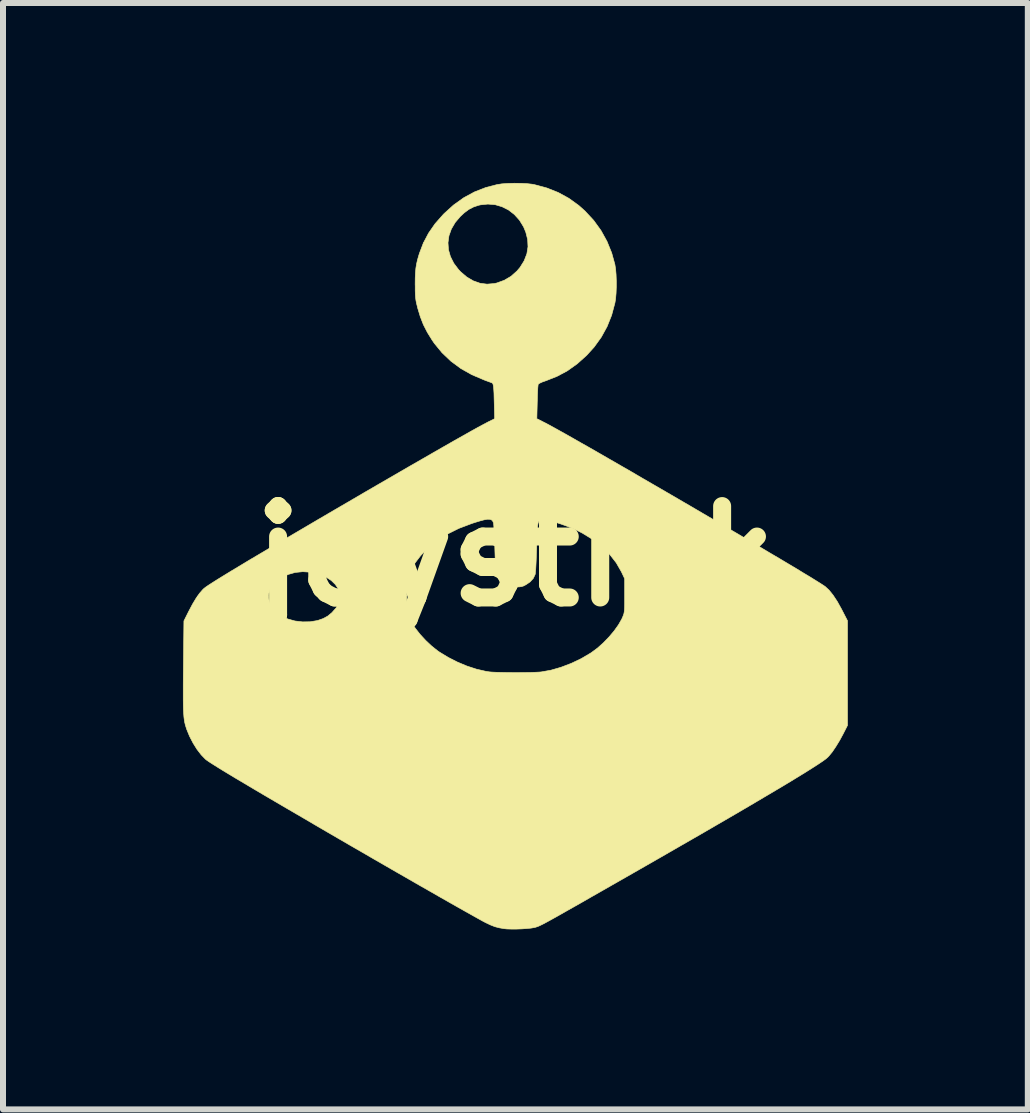
<source format=kicad_pcb>
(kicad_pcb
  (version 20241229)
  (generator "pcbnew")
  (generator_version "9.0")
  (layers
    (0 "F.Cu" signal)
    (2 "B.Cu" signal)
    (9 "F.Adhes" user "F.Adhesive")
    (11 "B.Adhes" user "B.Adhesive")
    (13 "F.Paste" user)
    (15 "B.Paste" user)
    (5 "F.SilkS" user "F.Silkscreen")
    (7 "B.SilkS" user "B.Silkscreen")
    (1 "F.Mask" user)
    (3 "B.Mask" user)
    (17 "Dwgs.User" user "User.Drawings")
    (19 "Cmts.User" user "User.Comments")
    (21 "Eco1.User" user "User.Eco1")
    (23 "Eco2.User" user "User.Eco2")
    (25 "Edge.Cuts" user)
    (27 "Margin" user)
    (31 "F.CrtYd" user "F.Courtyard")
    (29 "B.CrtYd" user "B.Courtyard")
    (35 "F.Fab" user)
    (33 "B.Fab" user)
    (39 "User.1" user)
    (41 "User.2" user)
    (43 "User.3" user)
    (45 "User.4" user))
  (footprint "joystick"
    (layer "F.Cu")
    (at 5.541 6.221)
    (property "Reference" "joystick" (at 0 0 0) (layer "F.SilkS") (effects (font (size 1.524 1.524) (thickness 0.3))))
    (attr through_hole)
    (fp_poly (pts (xy 0.09 -6.215) (xy 0.192 -6.21) (xy 0.281 -6.2) (xy 0.318 -6.193) (xy 0.523 -6.138) (xy 0.715 -6.062) (xy 0.892 -5.965) (xy 1.057 -5.846) (xy 1.16 -5.754) (xy 1.305 -5.598) (xy 1.428 -5.428) (xy 1.528 -5.247) (xy 1.606 -5.055) (xy 1.659 -4.864) (xy 1.671 -4.788) (xy 1.679 -4.695) (xy 1.683 -4.591) (xy 1.683 -4.484) (xy 1.679 -4.381) (xy 1.671 -4.289) (xy 1.66 -4.221) (xy 1.605 -4.016) (xy 1.529 -3.826) (xy 1.432 -3.65) (xy 1.314 -3.486) (xy 1.188 -3.347) (xy 1.032 -3.207) (xy 0.868 -3.09) (xy 0.694 -2.997) (xy 0.515 -2.926) (xy 0.447 -2.902) (xy 0.404 -2.882) (xy 0.382 -2.866) (xy 0.38 -2.862) (xy 0.378 -2.843) (xy 0.374 -2.802) (xy 0.371 -2.744) (xy 0.368 -2.673) (xy 0.366 -2.594) (xy 0.365 -2.565) (xy 0.358 -2.291) (xy 0.5 -2.22) (xy 0.553 -2.192) (xy 0.626 -2.152) (xy 0.716 -2.102) (xy 0.824 -2.042) (xy 0.946 -1.973) (xy 1.082 -1.895) (xy 1.231 -1.811) (xy 1.391 -1.719) (xy 1.561 -1.621) (xy 1.74 -1.518) (xy 1.926 -1.411) (xy 2.117 -1.299) (xy 2.314 -1.185) (xy 2.514 -1.069) (xy 2.715 -0.952) (xy 2.918 -0.834) (xy 3.119 -0.716) (xy 3.319 -0.599) (xy 3.515 -0.483) (xy 3.707 -0.371) (xy 3.892 -0.261) (xy 4.071 -0.156) (xy 4.24 -0.055) (xy 4.4 0.039) (xy 4.549 0.128) (xy 4.685 0.209) (xy 4.806 0.283) (xy 4.913 0.347) (xy 5.003 0.403) (xy 5.075 0.448) (xy 5.128 0.482) (xy 5.161 0.504) (xy 5.163 0.505) (xy 5.229 0.566) (xy 5.296 0.649) (xy 5.366 0.755) (xy 5.439 0.886) (xy 5.448 0.904) (xy 5.537 1.077) (xy 5.537 1.949) (xy 5.537 2.821) (xy 5.468 2.957) (xy 5.406 3.072) (xy 5.343 3.175) (xy 5.283 3.264) (xy 5.226 3.333) (xy 5.207 3.353) (xy 5.176 3.38) (xy 5.122 3.419) (xy 5.046 3.47) (xy 4.948 3.533) (xy 4.829 3.608) (xy 4.687 3.695) (xy 4.524 3.794) (xy 4.338 3.905) (xy 4.13 4.028) (xy 3.9 4.164) (xy 3.649 4.311) (xy 3.375 4.47) (xy 3.079 4.642) (xy 2.76 4.825) (xy 2.42 5.021) (xy 2.057 5.229) (xy 1.672 5.449) (xy 1.441 5.581) (xy 1.267 5.68) (xy 1.114 5.768) (xy 0.98 5.844) (xy 0.863 5.91) (xy 0.763 5.967) (xy 0.678 6.015) (xy 0.606 6.055) (xy 0.546 6.088) (xy 0.496 6.115) (xy 0.456 6.136) (xy 0.423 6.152) (xy 0.396 6.165) (xy 0.374 6.174) (xy 0.356 6.18) (xy 0.339 6.186) (xy 0.322 6.19) (xy 0.318 6.191) (xy 0.262 6.201) (xy 0.189 6.208) (xy 0.105 6.214) (xy 0.017 6.217) (xy -0.068 6.217) (xy -0.141 6.215) (xy -0.188 6.21) (xy -0.268 6.196) (xy -0.341 6.177) (xy -0.415 6.148) (xy -0.497 6.109) (xy -0.55 6.081) (xy -0.62 6.042) (xy -0.711 5.991) (xy -0.82 5.93) (xy -0.946 5.859) (xy -1.087 5.779) (xy -1.242 5.691) (xy -1.407 5.596) (xy -1.583 5.496) (xy -1.767 5.39) (xy -1.957 5.281) (xy -2.151 5.169) (xy -2.349 5.055) (xy -2.547 4.94) (xy -2.745 4.826) (xy -2.941 4.712) (xy -3.132 4.601) (xy -3.302 4.502) (xy -3.554 4.354) (xy -3.786 4.219) (xy -3.996 4.096) (xy -4.187 3.984) (xy -4.358 3.883) (xy -4.511 3.792) (xy -4.646 3.712) (xy -4.764 3.641) (xy -4.865 3.58) (xy -4.951 3.527) (xy -5.021 3.483) (xy -5.078 3.447) (xy -5.12 3.419) (xy -5.15 3.398) (xy -5.165 3.386) (xy -5.236 3.313) (xy -5.307 3.221) (xy -5.373 3.115) (xy -5.431 3.003) (xy -5.477 2.891) (xy -5.48 2.883) (xy -5.492 2.845) (xy -5.503 2.808) (xy -5.512 2.77) (xy -5.519 2.728) (xy -5.525 2.68) (xy -5.529 2.625) (xy -5.533 2.559) (xy -5.535 2.48) (xy -5.536 2.388) (xy -5.536 2.278) (xy -5.536 2.15) (xy -5.535 2.001) (xy -5.533 1.828) (xy -5.533 1.826) (xy -5.525 1.08) (xy -5.447 0.924) (xy -5.382 0.801) (xy -5.322 0.701) (xy -5.306 0.678) (xy -4.115 0.678) (xy -4.102 0.762) (xy -4.067 0.841) (xy -4.009 0.914) (xy -3.93 0.977) (xy -3.833 1.031) (xy -3.789 1.049) (xy -3.674 1.081) (xy -3.547 1.096) (xy -3.42 1.094) (xy -3.3 1.074) (xy -3.29 1.071) (xy -3.202 1.04) (xy -3.127 0.999) (xy -3.058 0.942) (xy -2.99 0.865) (xy -2.946 0.785) (xy -2.926 0.703) (xy -2.929 0.623) (xy -2.953 0.545) (xy -3 0.473) (xy -3.067 0.407) (xy -3.116 0.375) (xy -1.81 0.375) (xy -1.81 0.654) (xy -1.81 0.746) (xy -1.809 0.817) (xy -1.807 0.871) (xy -1.805 0.911) (xy -1.8 0.942) (xy -1.794 0.967) (xy -1.786 0.992) (xy -1.78 1.008) (xy -1.733 1.102) (xy -1.667 1.203) (xy -1.587 1.305) (xy -1.495 1.405) (xy -1.397 1.497) (xy -1.296 1.578) (xy -1.267 1.598) (xy -1.123 1.686) (xy -0.968 1.765) (xy -0.808 1.832) (xy -0.649 1.884) (xy -0.497 1.919) (xy -0.436 1.929) (xy -0.39 1.933) (xy -0.323 1.936) (xy -0.24 1.938) (xy -0.145 1.94) (xy -0.044 1.941) (xy 0.059 1.941) (xy 0.159 1.94) (xy 0.252 1.939) (xy 0.333 1.936) (xy 0.397 1.933) (xy 0.432 1.93) (xy 0.594 1.901) (xy 0.763 1.852) (xy 0.933 1.787) (xy 1.099 1.708) (xy 1.255 1.616) (xy 1.27 1.606) (xy 1.37 1.532) (xy 1.468 1.444) (xy 1.562 1.347) (xy 1.647 1.246) (xy 1.719 1.145) (xy 1.774 1.049) (xy 1.792 1.008) (xy 1.802 0.982) (xy 1.81 0.957) (xy 1.815 0.93) (xy 1.819 0.896) (xy 1.821 0.851) (xy 1.822 0.791) (xy 1.822 0.712) (xy 1.822 0.654) (xy 1.822 0.375) (xy 1.768 0.261) (xy 1.682 0.111) (xy 1.572 -0.03) (xy 1.441 -0.16) (xy 1.288 -0.279) (xy 1.115 -0.385) (xy 1.111 -0.387) (xy 1.034 -0.426) (xy 0.948 -0.464) (xy 0.855 -0.501) (xy 0.761 -0.535) (xy 0.671 -0.564) (xy 0.589 -0.587) (xy 0.519 -0.602) (xy 0.466 -0.607) (xy 0.454 -0.607) (xy 0.431 -0.605) (xy 0.413 -0.6) (xy 0.398 -0.589) (xy 0.387 -0.572) (xy 0.378 -0.544) (xy 0.371 -0.503) (xy 0.366 -0.448) (xy 0.362 -0.375) (xy 0.359 -0.282) (xy 0.355 -0.166) (xy 0.355 -0.138) (xy 0.351 -0.038) (xy 0.348 0.056) (xy 0.344 0.14) (xy 0.34 0.211) (xy 0.335 0.265) (xy 0.332 0.298) (xy 0.33 0.305) (xy 0.299 0.371) (xy 0.245 0.43) (xy 0.175 0.477) (xy 0.137 0.497) (xy 0.102 0.508) (xy 0.062 0.513) (xy 0.006 0.514) (xy -0.049 0.513) (xy -0.09 0.508) (xy -0.124 0.496) (xy -0.163 0.477) (xy -0.238 0.425) (xy -0.29 0.366) (xy -0.317 0.305) (xy -0.321 0.28) (xy -0.325 0.233) (xy -0.33 0.168) (xy -0.334 0.088) (xy -0.338 -0.003) (xy -0.341 -0.101) (xy -0.342 -0.136) (xy -0.345 -0.235) (xy -0.349 -0.327) (xy -0.353 -0.408) (xy -0.357 -0.476) (xy -0.361 -0.526) (xy -0.365 -0.556) (xy -0.367 -0.561) (xy -0.38 -0.588) (xy -0.399 -0.605) (xy -0.427 -0.614) (xy -0.465 -0.615) (xy -0.517 -0.606) (xy -0.586 -0.588) (xy -0.675 -0.561) (xy -0.727 -0.544) (xy -0.941 -0.463) (xy -1.134 -0.367) (xy -1.308 -0.255) (xy -1.463 -0.128) (xy -1.471 -0.12) (xy -1.581 -0.006) (xy -1.67 0.111) (xy -1.744 0.239) (xy -1.755 0.261) (xy -1.81 0.375) (xy -3.116 0.375) (xy -3.154 0.35) (xy -3.26 0.305) (xy -3.278 0.299) (xy -3.412 0.268) (xy -3.543 0.259) (xy -3.671 0.272) (xy -3.79 0.306) (xy -3.9 0.36) (xy -3.994 0.433) (xy -4.054 0.498) (xy -4.092 0.561) (xy -4.111 0.627) (xy -4.115 0.678) (xy -5.306 0.678) (xy -5.265 0.62) (xy -5.21 0.557) (xy -5.191 0.539) (xy -5.164 0.518) (xy -5.119 0.487) (xy -5.054 0.445) (xy -4.969 0.391) (xy -4.865 0.327) (xy -4.741 0.251) (xy -4.596 0.164) (xy -4.432 0.065) (xy -4.246 -0.045) (xy -4.04 -0.167) (xy -3.813 -0.301) (xy -3.564 -0.447) (xy -3.294 -0.606) (xy -3.002 -0.777) (xy -2.794 -0.898) (xy -2.519 -1.059) (xy -2.257 -1.211) (xy -2.01 -1.354) (xy -1.779 -1.488) (xy -1.563 -1.612) (xy -1.364 -1.727) (xy -1.182 -1.831) (xy -1.018 -1.925) (xy -0.872 -2.007) (xy -0.745 -2.079) (xy -0.637 -2.139) (xy -0.55 -2.186) (xy -0.484 -2.221) (xy -0.454 -2.237) (xy -0.345 -2.291) (xy -0.351 -2.533) (xy -0.354 -2.637) (xy -0.356 -2.718) (xy -0.36 -2.779) (xy -0.364 -2.824) (xy -0.369 -2.854) (xy -0.375 -2.874) (xy -0.384 -2.885) (xy -0.391 -2.889) (xy -0.412 -2.897) (xy -0.45 -2.911) (xy -0.5 -2.929) (xy -0.527 -2.94) (xy -0.726 -3.025) (xy -0.909 -3.128) (xy -1.074 -3.25) (xy -1.222 -3.391) (xy -1.351 -3.548) (xy -1.386 -3.599) (xy -1.467 -3.73) (xy -1.533 -3.859) (xy -1.585 -3.993) (xy -1.63 -4.142) (xy -1.635 -4.165) (xy -1.648 -4.217) (xy -1.657 -4.263) (xy -1.663 -4.309) (xy -1.667 -4.361) (xy -1.669 -4.424) (xy -1.669 -4.505) (xy -1.67 -4.528) (xy -1.669 -4.636) (xy -1.665 -4.725) (xy -1.658 -4.802) (xy -1.646 -4.874) (xy -1.629 -4.947) (xy -1.605 -5.029) (xy -1.599 -5.048) (xy -1.533 -5.221) (xy -1.531 -5.224) (xy -1.123 -5.224) (xy -1.115 -5.108) (xy -1.082 -4.993) (xy -1.026 -4.882) (xy -0.946 -4.776) (xy -0.913 -4.741) (xy -0.81 -4.653) (xy -0.701 -4.589) (xy -0.588 -4.549) (xy -0.472 -4.534) (xy -0.353 -4.544) (xy -0.311 -4.553) (xy -0.184 -4.599) (xy -0.072 -4.665) (xy 0.026 -4.752) (xy 0.078 -4.813) (xy 0.147 -4.924) (xy 0.192 -5.04) (xy 0.211 -5.158) (xy 0.205 -5.279) (xy 0.174 -5.401) (xy 0.137 -5.49) (xy 0.068 -5.602) (xy -0.017 -5.696) (xy -0.114 -5.771) (xy -0.222 -5.825) (xy -0.337 -5.859) (xy -0.458 -5.869) (xy -0.582 -5.856) (xy -0.616 -5.848) (xy -0.699 -5.82) (xy -0.776 -5.78) (xy -0.851 -5.724) (xy -0.916 -5.664) (xy -1.003 -5.562) (xy -1.067 -5.453) (xy -1.107 -5.34) (xy -1.123 -5.224) (xy -1.531 -5.224) (xy -1.447 -5.384) (xy -1.339 -5.54) (xy -1.207 -5.69) (xy -1.188 -5.71) (xy -1.03 -5.853) (xy -0.861 -5.974) (xy -0.682 -6.071) (xy -0.493 -6.145) (xy -0.308 -6.193) (xy -0.226 -6.206) (xy -0.127 -6.213) (xy -0.019 -6.216) (xy 0.09 -6.215)) (stroke (width 0.01) (type solid)) (fill yes) (layer "F.SilkS")))
  (gr_rect
    (start -3 -3)
    (end 14.084 15.444)
    (stroke (width 0.1) (type default))
    (fill no)
    (layer "Edge.Cuts")))
</source>
